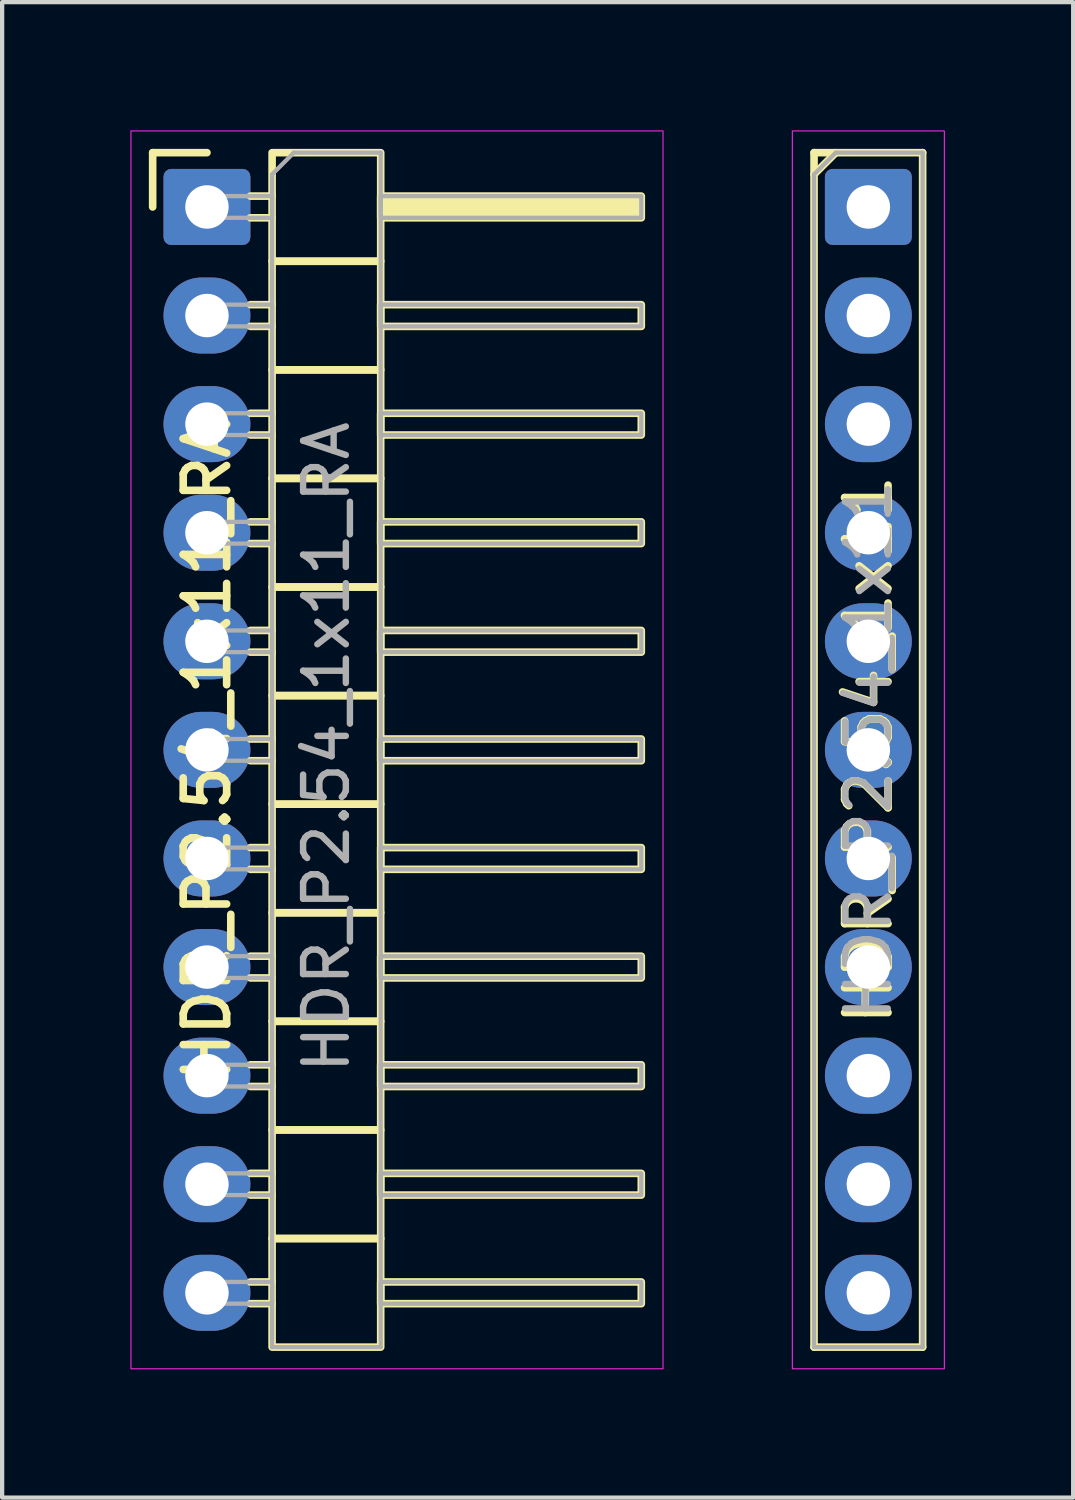
<source format=kicad_pcb>
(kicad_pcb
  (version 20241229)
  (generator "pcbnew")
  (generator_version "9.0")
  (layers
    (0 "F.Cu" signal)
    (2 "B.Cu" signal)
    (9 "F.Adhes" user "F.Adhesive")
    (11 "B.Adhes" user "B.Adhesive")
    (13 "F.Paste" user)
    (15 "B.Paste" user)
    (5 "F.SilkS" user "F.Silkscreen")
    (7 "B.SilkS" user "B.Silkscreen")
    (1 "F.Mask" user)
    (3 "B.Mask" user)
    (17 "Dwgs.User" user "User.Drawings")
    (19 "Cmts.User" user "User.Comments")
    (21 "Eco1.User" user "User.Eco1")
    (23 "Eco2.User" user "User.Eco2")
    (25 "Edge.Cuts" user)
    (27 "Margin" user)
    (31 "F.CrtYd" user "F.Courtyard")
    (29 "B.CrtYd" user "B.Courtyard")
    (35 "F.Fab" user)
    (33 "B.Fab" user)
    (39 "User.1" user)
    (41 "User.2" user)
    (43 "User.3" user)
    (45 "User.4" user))
  (footprint "HDR_P2.54_1x11_RA"
    (layer "F.Cu")
    (at 1.791 14.491)
    (property "Reference" "HDR_P2.54_1x11_RA" (at 0 0 90) (layer "F.SilkS") (effects (font (size 1.016 1.016) (thickness 0.178))))
    (attr through_hole)
    (fp_line (start -1.27 -13.97) (end 0 -13.97) (stroke (width 0.178) (type solid)) (layer "F.SilkS"))
    (fp_line (start -1.27 -12.7) (end -1.27 -13.97) (stroke (width 0.178) (type solid)) (layer "F.SilkS"))
    (fp_line (start 1.016 -12.954) (end 1.524 -12.954) (stroke (width 0.178) (type solid)) (layer "F.SilkS"))
    (fp_line (start 1.016 -12.446) (end 1.524 -12.446) (stroke (width 0.178) (type solid)) (layer "F.SilkS"))
    (fp_line (start 1.016 -10.414) (end 1.524 -10.414) (stroke (width 0.178) (type solid)) (layer "F.SilkS"))
    (fp_line (start 1.016 -9.906) (end 1.524 -9.906) (stroke (width 0.178) (type solid)) (layer "F.SilkS"))
    (fp_line (start 1.016 -7.874) (end 1.524 -7.874) (stroke (width 0.178) (type solid)) (layer "F.SilkS"))
    (fp_line (start 1.016 -7.366) (end 1.524 -7.366) (stroke (width 0.178) (type solid)) (layer "F.SilkS"))
    (fp_line (start 1.016 -5.334) (end 1.524 -5.334) (stroke (width 0.178) (type solid)) (layer "F.SilkS"))
    (fp_line (start 1.016 -4.826) (end 1.524 -4.826) (stroke (width 0.178) (type solid)) (layer "F.SilkS"))
    (fp_line (start 1.016 -2.794) (end 1.524 -2.794) (stroke (width 0.178) (type solid)) (layer "F.SilkS"))
    (fp_line (start 1.016 -2.286) (end 1.524 -2.286) (stroke (width 0.178) (type solid)) (layer "F.SilkS"))
    (fp_line (start 1.016 -0.254) (end 1.524 -0.254) (stroke (width 0.178) (type solid)) (layer "F.SilkS"))
    (fp_line (start 1.016 0.254) (end 1.524 0.254) (stroke (width 0.178) (type solid)) (layer "F.SilkS"))
    (fp_line (start 1.016 2.286) (end 1.524 2.286) (stroke (width 0.178) (type solid)) (layer "F.SilkS"))
    (fp_line (start 1.016 2.794) (end 1.524 2.794) (stroke (width 0.178) (type solid)) (layer "F.SilkS"))
    (fp_line (start 1.016 4.826) (end 1.524 4.826) (stroke (width 0.178) (type solid)) (layer "F.SilkS"))
    (fp_line (start 1.016 5.334) (end 1.524 5.334) (stroke (width 0.178) (type solid)) (layer "F.SilkS"))
    (fp_line (start 1.016 7.366) (end 1.524 7.366) (stroke (width 0.178) (type solid)) (layer "F.SilkS"))
    (fp_line (start 1.016 7.874) (end 1.524 7.874) (stroke (width 0.178) (type solid)) (layer "F.SilkS"))
    (fp_line (start 1.016 9.906) (end 1.524 9.906) (stroke (width 0.178) (type solid)) (layer "F.SilkS"))
    (fp_line (start 1.016 10.414) (end 1.524 10.414) (stroke (width 0.178) (type solid)) (layer "F.SilkS"))
    (fp_line (start 1.016 12.446) (end 1.524 12.446) (stroke (width 0.178) (type solid)) (layer "F.SilkS"))
    (fp_line (start 1.016 12.954) (end 1.524 12.954) (stroke (width 0.178) (type solid)) (layer "F.SilkS"))
    (fp_rect (start 1.524 -11.43) (end 4.064 -13.97) (stroke (width 0.178) (type solid)) (fill no) (layer "F.SilkS"))
    (fp_rect (start 1.524 -8.89) (end 4.064 -11.43) (stroke (width 0.178) (type solid)) (fill no) (layer "F.SilkS"))
    (fp_rect (start 1.524 -6.35) (end 4.064 -8.89) (stroke (width 0.178) (type solid)) (fill no) (layer "F.SilkS"))
    (fp_rect (start 1.524 -3.81) (end 4.064 -6.35) (stroke (width 0.178) (type solid)) (fill no) (layer "F.SilkS"))
    (fp_rect (start 1.524 -1.27) (end 4.064 -3.81) (stroke (width 0.178) (type solid)) (fill no) (layer "F.SilkS"))
    (fp_rect (start 1.524 1.27) (end 4.064 -1.27) (stroke (width 0.178) (type solid)) (fill no) (layer "F.SilkS"))
    (fp_rect (start 1.524 3.81) (end 4.064 1.27) (stroke (width 0.178) (type solid)) (fill no) (layer "F.SilkS"))
    (fp_rect (start 1.524 6.35) (end 4.064 3.81) (stroke (width 0.178) (type solid)) (fill no) (layer "F.SilkS"))
    (fp_rect (start 1.524 8.89) (end 4.064 6.35) (stroke (width 0.178) (type solid)) (fill no) (layer "F.SilkS"))
    (fp_rect (start 1.524 11.43) (end 4.064 8.89) (stroke (width 0.178) (type solid)) (fill no) (layer "F.SilkS"))
    (fp_rect (start 1.524 13.97) (end 4.064 11.43) (stroke (width 0.178) (type solid)) (fill no) (layer "F.SilkS"))
    (fp_rect (start 4.064 -12.954) (end 10.16 -12.446) (stroke (width 0.178) (type solid)) (fill yes) (layer "F.SilkS"))
    (fp_rect (start 4.064 -10.414) (end 10.16 -9.906) (stroke (width 0.178) (type solid)) (fill no) (layer "F.SilkS"))
    (fp_rect (start 4.064 -7.874) (end 10.16 -7.366) (stroke (width 0.178) (type solid)) (fill no) (layer "F.SilkS"))
    (fp_rect (start 4.064 -5.334) (end 10.16 -4.826) (stroke (width 0.178) (type solid)) (fill no) (layer "F.SilkS"))
    (fp_rect (start 4.064 -2.794) (end 10.16 -2.286) (stroke (width 0.178) (type solid)) (fill no) (layer "F.SilkS"))
    (fp_rect (start 4.064 -0.254) (end 10.16 0.254) (stroke (width 0.178) (type solid)) (fill no) (layer "F.SilkS"))
    (fp_rect (start 4.064 2.286) (end 10.16 2.794) (stroke (width 0.178) (type solid)) (fill no) (layer "F.SilkS"))
    (fp_rect (start 4.064 4.826) (end 10.16 5.334) (stroke (width 0.178) (type solid)) (fill no) (layer "F.SilkS"))
    (fp_rect (start 4.064 7.366) (end 10.16 7.874) (stroke (width 0.178) (type solid)) (fill no) (layer "F.SilkS"))
    (fp_rect (start 4.064 9.906) (end 10.16 10.414) (stroke (width 0.178) (type solid)) (fill no) (layer "F.SilkS"))
    (fp_rect (start 4.064 12.446) (end 10.16 12.954) (stroke (width 0.178) (type solid)) (fill no) (layer "F.SilkS"))
    (fp_rect (start -1.778 -14.478) (end 10.668 14.478) (stroke (width 0.025) (type solid)) (fill no) (layer "F.CrtYd"))
    (fp_line (start 1.524 -13.462) (end 2.032 -13.97) (stroke (width 0.1) (type solid)) (layer "F.Fab"))
    (fp_line (start 1.524 13.97) (end 1.524 -13.462) (stroke (width 0.1) (type solid)) (layer "F.Fab"))
    (fp_line (start 2.032 -13.97) (end 4.064 -13.97) (stroke (width 0.1) (type solid)) (layer "F.Fab"))
    (fp_line (start 4.064 -13.97) (end 4.064 13.97) (stroke (width 0.1) (type solid)) (layer "F.Fab"))
    (fp_line (start 4.064 13.97) (end 1.524 13.97) (stroke (width 0.1) (type solid)) (layer "F.Fab"))
    (fp_rect (start -0.254 -12.954) (end 1.524 -12.446) (stroke (width 0.1) (type solid)) (fill no) (layer "F.Fab"))
    (fp_rect (start -0.254 -10.414) (end 1.524 -9.906) (stroke (width 0.1) (type solid)) (fill no) (layer "F.Fab"))
    (fp_rect (start -0.254 -7.874) (end 1.524 -7.366) (stroke (width 0.1) (type solid)) (fill no) (layer "F.Fab"))
    (fp_rect (start -0.254 -5.334) (end 1.524 -4.826) (stroke (width 0.1) (type solid)) (fill no) (layer "F.Fab"))
    (fp_rect (start -0.254 -2.794) (end 1.524 -2.286) (stroke (width 0.1) (type solid)) (fill no) (layer "F.Fab"))
    (fp_rect (start -0.254 0.254) (end 1.524 -0.254) (stroke (width 0.1) (type solid)) (fill no) (layer "F.Fab"))
    (fp_rect (start -0.254 2.286) (end 1.524 2.794) (stroke (width 0.1) (type solid)) (fill no) (layer "F.Fab"))
    (fp_rect (start -0.254 4.826) (end 1.524 5.334) (stroke (width 0.1) (type solid)) (fill no) (layer "F.Fab"))
    (fp_rect (start -0.254 7.366) (end 1.524 7.874) (stroke (width 0.1) (type solid)) (fill no) (layer "F.Fab"))
    (fp_rect (start -0.254 9.906) (end 1.524 10.414) (stroke (width 0.1) (type solid)) (fill no) (layer "F.Fab"))
    (fp_rect (start -0.254 12.446) (end 1.524 12.954) (stroke (width 0.1) (type solid)) (fill no) (layer "F.Fab"))
    (fp_rect (start 4.064 -12.954) (end 10.16 -12.446) (stroke (width 0.1) (type solid)) (fill no) (layer "F.Fab"))
    (fp_rect (start 4.064 -10.414) (end 10.16 -9.906) (stroke (width 0.1) (type solid)) (fill no) (layer "F.Fab"))
    (fp_rect (start 4.064 -7.874) (end 10.16 -7.366) (stroke (width 0.1) (type solid)) (fill no) (layer "F.Fab"))
    (fp_rect (start 4.064 -5.334) (end 10.16 -4.826) (stroke (width 0.1) (type solid)) (fill no) (layer "F.Fab"))
    (fp_rect (start 4.064 -2.794) (end 10.16 -2.286) (stroke (width 0.1) (type solid)) (fill no) (layer "F.Fab"))
    (fp_rect (start 4.064 -0.254) (end 10.16 0.254) (stroke (width 0.1) (type solid)) (fill no) (layer "F.Fab"))
    (fp_rect (start 4.064 2.286) (end 10.16 2.794) (stroke (width 0.1) (type solid)) (fill no) (layer "F.Fab"))
    (fp_rect (start 4.064 5.334) (end 10.16 4.826) (stroke (width 0.1) (type solid)) (fill no) (layer "F.Fab"))
    (fp_rect (start 4.064 7.874) (end 10.16 7.366) (stroke (width 0.1) (type solid)) (fill no) (layer "F.Fab"))
    (fp_rect (start 4.064 9.906) (end 10.16 10.414) (stroke (width 0.1) (type solid)) (fill no) (layer "F.Fab"))
    (fp_rect (start 4.064 12.446) (end 10.16 12.954) (stroke (width 0.1) (type solid)) (fill no) (layer "F.Fab"))
    (fp_text user "${REFERENCE}" (at 2.794 -0.066 90) (layer "F.Fab") (effects (font (size 1 1) (thickness 0.15))))
    (pad "1" thru_hole roundrect (at 0 -12.7) (size 2.032 1.778) (drill 1.016) (layers "*.Cu" "*.Mask") (roundrect_rratio 0.1))
    (pad "2" thru_hole oval (at 0 -10.16) (size 2.032 1.778) (drill 1.016) (layers "*.Cu" "*.Mask"))
    (pad "3" thru_hole oval (at 0 -7.62) (size 2.032 1.778) (drill 1.016) (layers "*.Cu" "*.Mask"))
    (pad "4" thru_hole oval (at 0 -5.08) (size 2.032 1.778) (drill 1.016) (layers "*.Cu" "*.Mask"))
    (pad "5" thru_hole oval (at 0 -2.54) (size 2.032 1.778) (drill 1.016) (layers "*.Cu" "*.Mask"))
    (pad "6" thru_hole oval (at 0 0) (size 2.032 1.778) (drill 1.016) (layers "*.Cu" "*.Mask"))
    (pad "7" thru_hole oval (at 0 2.54) (size 2.032 1.778) (drill 1.016) (layers "*.Cu" "*.Mask"))
    (pad "8" thru_hole oval (at 0 5.08) (size 2.032 1.778) (drill 1.016) (layers "*.Cu" "*.Mask"))
    (pad "9" thru_hole oval (at 0 7.62) (size 2.032 1.778) (drill 1.016) (layers "*.Cu" "*.Mask"))
    (pad "10" thru_hole oval (at 0 10.16) (size 2.032 1.778) (drill 1.016) (layers "*.Cu" "*.Mask"))
    (pad "11" thru_hole oval (at 0 12.7) (size 2.032 1.778) (drill 1.016) (layers "*.Cu" "*.Mask")))
  (footprint "HDR_P2.54_1x11"
    (layer "F.Cu")
    (at 17.262 14.491)
    (property "Reference" "HDR_P2.54_1x11" (at 0 0 90) (layer "F.SilkS") (effects (font (size 1.016 1.016) (thickness 0.178))))
    (attr through_hole)
    (fp_line (start -1.27 -13.97) (end -1.27 13.97) (stroke (width 0.178) (type solid)) (layer "F.SilkS"))
    (fp_line (start -1.27 -13.97) (end 1.27 -13.97) (stroke (width 0.178) (type solid)) (layer "F.SilkS"))
    (fp_line (start -1.27 -13.462) (end -0.762 -13.97) (stroke (width 0.178) (type solid)) (layer "F.SilkS"))
    (fp_line (start -1.27 13.97) (end 1.27 13.97) (stroke (width 0.178) (type solid)) (layer "F.SilkS"))
    (fp_line (start 1.27 -13.97) (end 1.27 13.97) (stroke (width 0.178) (type solid)) (layer "F.SilkS"))
    (fp_rect (start -1.778 -14.478) (end 1.778 14.478) (stroke (width 0.025) (type solid)) (fill no) (layer "F.CrtYd"))
    (fp_line (start -1.27 -13.462) (end -0.762 -13.97) (stroke (width 0.1) (type solid)) (layer "F.Fab"))
    (fp_line (start -1.27 13.97) (end -1.27 -13.462) (stroke (width 0.1) (type solid)) (layer "F.Fab"))
    (fp_line (start -0.762 -13.97) (end 1.27 -13.97) (stroke (width 0.1) (type solid)) (layer "F.Fab"))
    (fp_line (start 1.27 -13.97) (end 1.27 13.97) (stroke (width 0.1) (type solid)) (layer "F.Fab"))
    (fp_line (start 1.27 13.97) (end -1.27 13.97) (stroke (width 0.1) (type solid)) (layer "F.Fab"))
    (fp_text user "${REFERENCE}" (at 0 0 90) (layer "F.Fab") (effects (font (size 1 1) (thickness 0.15))))
    (pad "1" thru_hole roundrect (at 0 -12.7) (size 2.032 1.778) (drill 1.016) (layers "*.Cu" "*.Mask") (roundrect_rratio 0.1))
    (pad "2" thru_hole oval (at 0 -10.16) (size 2.032 1.778) (drill 1.016) (layers "*.Cu" "*.Mask"))
    (pad "3" thru_hole oval (at 0 -7.62) (size 2.032 1.778) (drill 1.016) (layers "*.Cu" "*.Mask"))
    (pad "4" thru_hole oval (at 0 -5.08) (size 2.032 1.778) (drill 1.016) (layers "*.Cu" "*.Mask"))
    (pad "5" thru_hole oval (at 0 -2.54) (size 2.032 1.778) (drill 1.016) (layers "*.Cu" "*.Mask"))
    (pad "6" thru_hole oval (at 0 0) (size 2.032 1.778) (drill 1.016) (layers "*.Cu" "*.Mask"))
    (pad "7" thru_hole oval (at 0 2.54) (size 2.032 1.778) (drill 1.016) (layers "*.Cu" "*.Mask"))
    (pad "8" thru_hole oval (at 0 5.08) (size 2.032 1.778) (drill 1.016) (layers "*.Cu" "*.Mask"))
    (pad "9" thru_hole oval (at 0 7.62) (size 2.032 1.778) (drill 1.016) (layers "*.Cu" "*.Mask"))
    (pad "10" thru_hole oval (at 0 10.16) (size 2.032 1.778) (drill 1.016) (layers "*.Cu" "*.Mask"))
    (pad "11" thru_hole oval (at 0 12.7) (size 2.032 1.778) (drill 1.016) (layers "*.Cu" "*.Mask")))
  (gr_rect
    (start -3 -3)
    (end 22.053 31.981)
    (stroke (width 0.1) (type default))
    (fill no)
    (layer "Edge.Cuts")))
</source>
